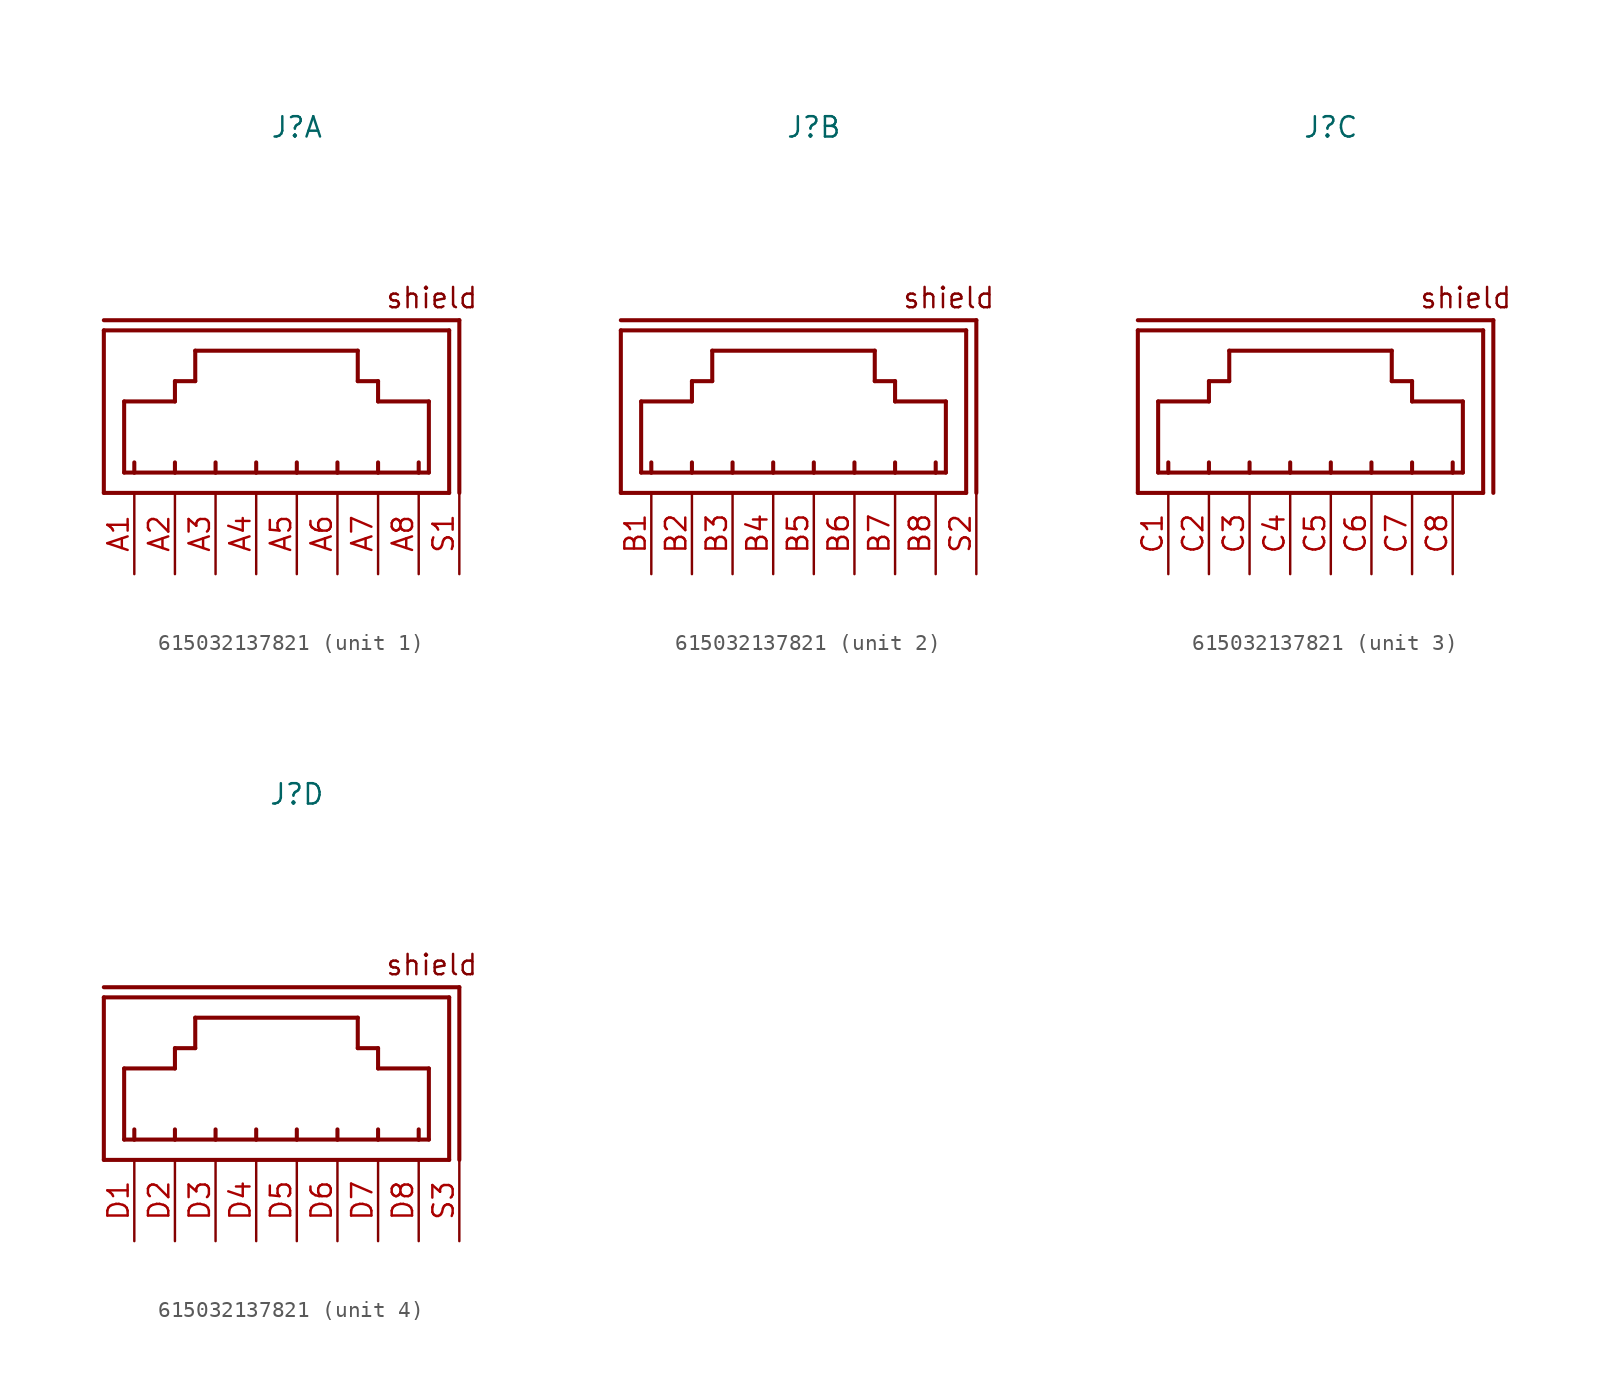
<source format=kicad_sym>
(kicad_symbol_lib
  (version 20241209)
  (generator "kicad_symbol_editor")
  (generator_version "9.0")
  (symbol "615032137821"
    (pin_names
      (hide yes))
    (property "Reference" "J"
      (at 0 17.78 0)
      (effects (font (size 1.27 1.27))))
    (property "ki_locked" ""
      (at 0 0 0)
      (effects (font (size 1.27 1.27))))
    (symbol "615032137821_1_0"
      (polyline (pts (xy -12.065 5.715) (xy 10.16 5.715)) (stroke (width 0.254) (type solid)) (fill (type none)))
      (polyline (pts (xy -12.065 5.08) (xy 9.525 5.08)) (stroke (width 0.254) (type solid)) (fill (type none)))
      (polyline (pts (xy -12.065 -5.08) (xy -12.065 5.08)) (stroke (width 0.254) (type solid)) (fill (type none)))
      (polyline (pts (xy -10.795 0.635) (xy -7.62 0.635)) (stroke (width 0.254) (type solid)) (fill (type none)))
      (polyline (pts (xy -10.795 -3.81) (xy -10.795 0.635)) (stroke (width 0.254) (type solid)) (fill (type none)))
      (polyline (pts (xy -10.16 -3.81) (xy -10.795 -3.81)) (stroke (width 0.254) (type solid)) (fill (type none)))
      (polyline (pts (xy -10.16 -3.81) (xy -10.16 -3.175)) (stroke (width 0.254) (type solid)) (fill (type none)))
      (polyline (pts (xy -7.62 1.905) (xy -6.35 1.905)) (stroke (width 0.254) (type solid)) (fill (type none)))
      (polyline (pts (xy -7.62 0.635) (xy -7.62 1.905)) (stroke (width 0.254) (type solid)) (fill (type none)))
      (polyline (pts (xy -7.62 -3.81) (xy -10.16 -3.81)) (stroke (width 0.254) (type solid)) (fill (type none)))
      (polyline (pts (xy -7.62 -3.81) (xy -7.62 -3.175)) (stroke (width 0.254) (type solid)) (fill (type none)))
      (polyline (pts (xy -6.35 3.81) (xy 3.81 3.81)) (stroke (width 0.254) (type solid)) (fill (type none)))
      (polyline (pts (xy -6.35 1.905) (xy -6.35 3.81)) (stroke (width 0.254) (type solid)) (fill (type none)))
      (polyline (pts (xy -5.08 -3.81) (xy -7.62 -3.81)) (stroke (width 0.254) (type solid)) (fill (type none)))
      (polyline (pts (xy -5.08 -3.81) (xy -5.08 -3.175)) (stroke (width 0.254) (type solid)) (fill (type none)))
      (polyline (pts (xy -2.54 -3.81) (xy -5.08 -3.81)) (stroke (width 0.254) (type solid)) (fill (type none)))
      (polyline (pts (xy -2.54 -3.81) (xy -2.54 -3.175)) (stroke (width 0.254) (type solid)) (fill (type none)))
      (polyline (pts (xy 0 -3.81) (xy -2.54 -3.81)) (stroke (width 0.254) (type solid)) (fill (type none)))
      (polyline (pts (xy 0 -3.81) (xy 0 -3.175)) (stroke (width 0.254) (type solid)) (fill (type none)))
      (polyline (pts (xy 2.54 -3.81) (xy 0 -3.81)) (stroke (width 0.254) (type solid)) (fill (type none)))
      (polyline (pts (xy 2.54 -3.81) (xy 2.54 -3.175)) (stroke (width 0.254) (type solid)) (fill (type none)))
      (polyline (pts (xy 3.81 1.905) (xy 3.81 3.81)) (stroke (width 0.254) (type solid)) (fill (type none)))
      (polyline (pts (xy 5.08 1.905) (xy 3.81 1.905)) (stroke (width 0.254) (type solid)) (fill (type none)))
      (polyline (pts (xy 5.08 0.635) (xy 5.08 1.905)) (stroke (width 0.254) (type solid)) (fill (type none)))
      (polyline (pts (xy 5.08 -3.81) (xy 2.54 -3.81)) (stroke (width 0.254) (type solid)) (fill (type none)))
      (polyline (pts (xy 5.08 -3.81) (xy 5.08 -3.175)) (stroke (width 0.254) (type solid)) (fill (type none)))
      (polyline (pts (xy 7.62 -3.81) (xy 5.08 -3.81)) (stroke (width 0.254) (type solid)) (fill (type none)))
      (polyline (pts (xy 7.62 -3.81) (xy 7.62 -3.175)) (stroke (width 0.254) (type solid)) (fill (type none)))
      (polyline (pts (xy 8.255 0.635) (xy 5.08 0.635)) (stroke (width 0.254) (type solid)) (fill (type none)))
      (polyline (pts (xy 8.255 0.635) (xy 8.255 -3.81)) (stroke (width 0.254) (type solid)) (fill (type none)))
      (polyline (pts (xy 8.255 -3.81) (xy 7.62 -3.81)) (stroke (width 0.254) (type solid)) (fill (type none)))
      (polyline (pts (xy 9.525 5.08) (xy 9.525 -5.08)) (stroke (width 0.254) (type solid)) (fill (type none)))
      (polyline (pts (xy 9.525 -5.08) (xy -12.065 -5.08)) (stroke (width 0.254) (type solid)) (fill (type none)))
      (polyline (pts (xy 10.16 5.715) (xy 10.16 -5.08)) (stroke (width 0.254) (type solid)) (fill (type none)))
      (pin passive line (at -10.16 -10.16 90) (length 5.08) (name "1" (effects (font (size 1.27 1.27)))) (number "A1" (effects (font (size 1.27 1.27)))))
      (pin passive line (at -7.62 -10.16 90) (length 5.08) (name "2" (effects (font (size 1.27 1.27)))) (number "A2" (effects (font (size 1.27 1.27)))))
      (pin passive line (at -5.08 -10.16 90) (length 5.08) (name "3" (effects (font (size 1.27 1.27)))) (number "A3" (effects (font (size 1.27 1.27)))))
      (pin passive line (at -2.54 -10.16 90) (length 5.08) (name "4" (effects (font (size 1.27 1.27)))) (number "A4" (effects (font (size 1.27 1.27)))))
      (pin passive line (at 0 -10.16 90) (length 5.08) (name "5" (effects (font (size 1.27 1.27)))) (number "A5" (effects (font (size 1.27 1.27)))))
      (pin passive line (at 2.54 -10.16 90) (length 5.08) (name "6" (effects (font (size 1.27 1.27)))) (number "A6" (effects (font (size 1.27 1.27)))))
      (pin passive line (at 5.08 -10.16 90) (length 5.08) (name "7" (effects (font (size 1.27 1.27)))) (number "A7" (effects (font (size 1.27 1.27)))))
      (pin passive line (at 7.62 -10.16 90) (length 5.08) (name "8" (effects (font (size 1.27 1.27)))) (number "A8" (effects (font (size 1.27 1.27)))))
      (pin passive line (at 10.16 -10.16 90) (length 5.08) (name "SHIELD" (effects (font (size 1.27 1.27)))) (number "S1" (effects (font (size 1.27 1.27))))))
    (symbol "615032137821_1_1"
      (text "shield" (at 5.495 6.365 0) (effects (font (size 1.27 1.27)) (justify left bottom))))
    (symbol "615032137821_2_0"
      (polyline (pts (xy -12.065 5.715) (xy 10.16 5.715)) (stroke (width 0.254) (type solid)) (fill (type none)))
      (polyline (pts (xy -12.065 5.08) (xy 9.525 5.08)) (stroke (width 0.254) (type solid)) (fill (type none)))
      (polyline (pts (xy -12.065 -5.08) (xy -12.065 5.08)) (stroke (width 0.254) (type solid)) (fill (type none)))
      (polyline (pts (xy -10.795 0.635) (xy -7.62 0.635)) (stroke (width 0.254) (type solid)) (fill (type none)))
      (polyline (pts (xy -10.795 -3.81) (xy -10.795 0.635)) (stroke (width 0.254) (type solid)) (fill (type none)))
      (polyline (pts (xy -10.16 -3.81) (xy -10.795 -3.81)) (stroke (width 0.254) (type solid)) (fill (type none)))
      (polyline (pts (xy -10.16 -3.81) (xy -10.16 -3.175)) (stroke (width 0.254) (type solid)) (fill (type none)))
      (polyline (pts (xy -7.62 1.905) (xy -6.35 1.905)) (stroke (width 0.254) (type solid)) (fill (type none)))
      (polyline (pts (xy -7.62 0.635) (xy -7.62 1.905)) (stroke (width 0.254) (type solid)) (fill (type none)))
      (polyline (pts (xy -7.62 -3.81) (xy -10.16 -3.81)) (stroke (width 0.254) (type solid)) (fill (type none)))
      (polyline (pts (xy -7.62 -3.81) (xy -7.62 -3.175)) (stroke (width 0.254) (type solid)) (fill (type none)))
      (polyline (pts (xy -6.35 3.81) (xy 3.81 3.81)) (stroke (width 0.254) (type solid)) (fill (type none)))
      (polyline (pts (xy -6.35 1.905) (xy -6.35 3.81)) (stroke (width 0.254) (type solid)) (fill (type none)))
      (polyline (pts (xy -5.08 -3.81) (xy -7.62 -3.81)) (stroke (width 0.254) (type solid)) (fill (type none)))
      (polyline (pts (xy -5.08 -3.81) (xy -5.08 -3.175)) (stroke (width 0.254) (type solid)) (fill (type none)))
      (polyline (pts (xy -2.54 -3.81) (xy -5.08 -3.81)) (stroke (width 0.254) (type solid)) (fill (type none)))
      (polyline (pts (xy -2.54 -3.81) (xy -2.54 -3.175)) (stroke (width 0.254) (type solid)) (fill (type none)))
      (polyline (pts (xy 0 -3.81) (xy -2.54 -3.81)) (stroke (width 0.254) (type solid)) (fill (type none)))
      (polyline (pts (xy 0 -3.81) (xy 0 -3.175)) (stroke (width 0.254) (type solid)) (fill (type none)))
      (polyline (pts (xy 2.54 -3.81) (xy 0 -3.81)) (stroke (width 0.254) (type solid)) (fill (type none)))
      (polyline (pts (xy 2.54 -3.81) (xy 2.54 -3.175)) (stroke (width 0.254) (type solid)) (fill (type none)))
      (polyline (pts (xy 3.81 1.905) (xy 3.81 3.81)) (stroke (width 0.254) (type solid)) (fill (type none)))
      (polyline (pts (xy 5.08 1.905) (xy 3.81 1.905)) (stroke (width 0.254) (type solid)) (fill (type none)))
      (polyline (pts (xy 5.08 0.635) (xy 5.08 1.905)) (stroke (width 0.254) (type solid)) (fill (type none)))
      (polyline (pts (xy 5.08 -3.81) (xy 2.54 -3.81)) (stroke (width 0.254) (type solid)) (fill (type none)))
      (polyline (pts (xy 5.08 -3.81) (xy 5.08 -3.175)) (stroke (width 0.254) (type solid)) (fill (type none)))
      (polyline (pts (xy 7.62 -3.81) (xy 5.08 -3.81)) (stroke (width 0.254) (type solid)) (fill (type none)))
      (polyline (pts (xy 7.62 -3.81) (xy 7.62 -3.175)) (stroke (width 0.254) (type solid)) (fill (type none)))
      (polyline (pts (xy 8.255 0.635) (xy 5.08 0.635)) (stroke (width 0.254) (type solid)) (fill (type none)))
      (polyline (pts (xy 8.255 0.635) (xy 8.255 -3.81)) (stroke (width 0.254) (type solid)) (fill (type none)))
      (polyline (pts (xy 8.255 -3.81) (xy 7.62 -3.81)) (stroke (width 0.254) (type solid)) (fill (type none)))
      (polyline (pts (xy 9.525 5.08) (xy 9.525 -5.08)) (stroke (width 0.254) (type solid)) (fill (type none)))
      (polyline (pts (xy 9.525 -5.08) (xy -12.065 -5.08)) (stroke (width 0.254) (type solid)) (fill (type none)))
      (polyline (pts (xy 10.16 5.715) (xy 10.16 -5.08)) (stroke (width 0.254) (type solid)) (fill (type none)))
      (pin passive line (at -10.16 -10.16 90) (length 5.08) (name "1" (effects (font (size 1.27 1.27)))) (number "B1" (effects (font (size 1.27 1.27)))))
      (pin passive line (at -7.62 -10.16 90) (length 5.08) (name "2" (effects (font (size 1.27 1.27)))) (number "B2" (effects (font (size 1.27 1.27)))))
      (pin passive line (at -5.08 -10.16 90) (length 5.08) (name "3" (effects (font (size 1.27 1.27)))) (number "B3" (effects (font (size 1.27 1.27)))))
      (pin passive line (at -2.54 -10.16 90) (length 5.08) (name "4" (effects (font (size 1.27 1.27)))) (number "B4" (effects (font (size 1.27 1.27)))))
      (pin passive line (at 0 -10.16 90) (length 5.08) (name "5" (effects (font (size 1.27 1.27)))) (number "B5" (effects (font (size 1.27 1.27)))))
      (pin passive line (at 2.54 -10.16 90) (length 5.08) (name "6" (effects (font (size 1.27 1.27)))) (number "B6" (effects (font (size 1.27 1.27)))))
      (pin passive line (at 5.08 -10.16 90) (length 5.08) (name "7" (effects (font (size 1.27 1.27)))) (number "B7" (effects (font (size 1.27 1.27)))))
      (pin passive line (at 7.62 -10.16 90) (length 5.08) (name "8" (effects (font (size 1.27 1.27)))) (number "B8" (effects (font (size 1.27 1.27)))))
      (pin passive line (at 10.16 -10.16 90) (length 5.08) (name "SHIELD" (effects (font (size 1.27 1.27)))) (number "S2" (effects (font (size 1.27 1.27))))))
    (symbol "615032137821_2_1"
      (text "shield" (at 5.495 6.365 0) (effects (font (size 1.27 1.27)) (justify left bottom))))
    (symbol "615032137821_3_0"
      (polyline (pts (xy -12.065 5.715) (xy 10.16 5.715)) (stroke (width 0.254) (type solid)) (fill (type none)))
      (polyline (pts (xy -12.065 5.08) (xy 9.525 5.08)) (stroke (width 0.254) (type solid)) (fill (type none)))
      (polyline (pts (xy -12.065 -5.08) (xy -12.065 5.08)) (stroke (width 0.254) (type solid)) (fill (type none)))
      (polyline (pts (xy -10.795 0.635) (xy -7.62 0.635)) (stroke (width 0.254) (type solid)) (fill (type none)))
      (polyline (pts (xy -10.795 -3.81) (xy -10.795 0.635)) (stroke (width 0.254) (type solid)) (fill (type none)))
      (polyline (pts (xy -10.16 -3.81) (xy -10.795 -3.81)) (stroke (width 0.254) (type solid)) (fill (type none)))
      (polyline (pts (xy -10.16 -3.81) (xy -10.16 -3.175)) (stroke (width 0.254) (type solid)) (fill (type none)))
      (polyline (pts (xy -7.62 1.905) (xy -6.35 1.905)) (stroke (width 0.254) (type solid)) (fill (type none)))
      (polyline (pts (xy -7.62 0.635) (xy -7.62 1.905)) (stroke (width 0.254) (type solid)) (fill (type none)))
      (polyline (pts (xy -7.62 -3.81) (xy -10.16 -3.81)) (stroke (width 0.254) (type solid)) (fill (type none)))
      (polyline (pts (xy -7.62 -3.81) (xy -7.62 -3.175)) (stroke (width 0.254) (type solid)) (fill (type none)))
      (polyline (pts (xy -6.35 3.81) (xy 3.81 3.81)) (stroke (width 0.254) (type solid)) (fill (type none)))
      (polyline (pts (xy -6.35 1.905) (xy -6.35 3.81)) (stroke (width 0.254) (type solid)) (fill (type none)))
      (polyline (pts (xy -5.08 -3.81) (xy -7.62 -3.81)) (stroke (width 0.254) (type solid)) (fill (type none)))
      (polyline (pts (xy -5.08 -3.81) (xy -5.08 -3.175)) (stroke (width 0.254) (type solid)) (fill (type none)))
      (polyline (pts (xy -2.54 -3.81) (xy -5.08 -3.81)) (stroke (width 0.254) (type solid)) (fill (type none)))
      (polyline (pts (xy -2.54 -3.81) (xy -2.54 -3.175)) (stroke (width 0.254) (type solid)) (fill (type none)))
      (polyline (pts (xy 0 -3.81) (xy -2.54 -3.81)) (stroke (width 0.254) (type solid)) (fill (type none)))
      (polyline (pts (xy 0 -3.81) (xy 0 -3.175)) (stroke (width 0.254) (type solid)) (fill (type none)))
      (polyline (pts (xy 2.54 -3.81) (xy 0 -3.81)) (stroke (width 0.254) (type solid)) (fill (type none)))
      (polyline (pts (xy 2.54 -3.81) (xy 2.54 -3.175)) (stroke (width 0.254) (type solid)) (fill (type none)))
      (polyline (pts (xy 3.81 1.905) (xy 3.81 3.81)) (stroke (width 0.254) (type solid)) (fill (type none)))
      (polyline (pts (xy 5.08 1.905) (xy 3.81 1.905)) (stroke (width 0.254) (type solid)) (fill (type none)))
      (polyline (pts (xy 5.08 0.635) (xy 5.08 1.905)) (stroke (width 0.254) (type solid)) (fill (type none)))
      (polyline (pts (xy 5.08 -3.81) (xy 2.54 -3.81)) (stroke (width 0.254) (type solid)) (fill (type none)))
      (polyline (pts (xy 5.08 -3.81) (xy 5.08 -3.175)) (stroke (width 0.254) (type solid)) (fill (type none)))
      (polyline (pts (xy 7.62 -3.81) (xy 5.08 -3.81)) (stroke (width 0.254) (type solid)) (fill (type none)))
      (polyline (pts (xy 7.62 -3.81) (xy 7.62 -3.175)) (stroke (width 0.254) (type solid)) (fill (type none)))
      (polyline (pts (xy 8.255 0.635) (xy 5.08 0.635)) (stroke (width 0.254) (type solid)) (fill (type none)))
      (polyline (pts (xy 8.255 0.635) (xy 8.255 -3.81)) (stroke (width 0.254) (type solid)) (fill (type none)))
      (polyline (pts (xy 8.255 -3.81) (xy 7.62 -3.81)) (stroke (width 0.254) (type solid)) (fill (type none)))
      (polyline (pts (xy 9.525 5.08) (xy 9.525 -5.08)) (stroke (width 0.254) (type solid)) (fill (type none)))
      (polyline (pts (xy 9.525 -5.08) (xy -12.065 -5.08)) (stroke (width 0.254) (type solid)) (fill (type none)))
      (polyline (pts (xy 10.16 5.715) (xy 10.16 -5.08)) (stroke (width 0.254) (type solid)) (fill (type none)))
      (pin passive line (at -10.16 -10.16 90) (length 5.08) (name "1" (effects (font (size 1.27 1.27)))) (number "C1" (effects (font (size 1.27 1.27)))))
      (pin passive line (at -7.62 -10.16 90) (length 5.08) (name "2" (effects (font (size 1.27 1.27)))) (number "C2" (effects (font (size 1.27 1.27)))))
      (pin passive line (at -5.08 -10.16 90) (length 5.08) (name "3" (effects (font (size 1.27 1.27)))) (number "C3" (effects (font (size 1.27 1.27)))))
      (pin passive line (at -2.54 -10.16 90) (length 5.08) (name "4" (effects (font (size 1.27 1.27)))) (number "C4" (effects (font (size 1.27 1.27)))))
      (pin passive line (at 0 -10.16 90) (length 5.08) (name "5" (effects (font (size 1.27 1.27)))) (number "C5" (effects (font (size 1.27 1.27)))))
      (pin passive line (at 2.54 -10.16 90) (length 5.08) (name "6" (effects (font (size 1.27 1.27)))) (number "C6" (effects (font (size 1.27 1.27)))))
      (pin passive line (at 5.08 -10.16 90) (length 5.08) (name "7" (effects (font (size 1.27 1.27)))) (number "C7" (effects (font (size 1.27 1.27)))))
      (pin passive line (at 7.62 -10.16 90) (length 5.08) (name "8" (effects (font (size 1.27 1.27)))) (number "C8" (effects (font (size 1.27 1.27))))))
    (symbol "615032137821_3_1"
      (text "shield" (at 5.495 6.365 0) (effects (font (size 1.27 1.27)) (justify left bottom))))
    (symbol "615032137821_4_0"
      (polyline (pts (xy -12.065 5.715) (xy 10.16 5.715)) (stroke (width 0.254) (type solid)) (fill (type none)))
      (polyline (pts (xy -12.065 5.08) (xy 9.525 5.08)) (stroke (width 0.254) (type solid)) (fill (type none)))
      (polyline (pts (xy -12.065 -5.08) (xy -12.065 5.08)) (stroke (width 0.254) (type solid)) (fill (type none)))
      (polyline (pts (xy -10.795 0.635) (xy -7.62 0.635)) (stroke (width 0.254) (type solid)) (fill (type none)))
      (polyline (pts (xy -10.795 -3.81) (xy -10.795 0.635)) (stroke (width 0.254) (type solid)) (fill (type none)))
      (polyline (pts (xy -10.16 -3.81) (xy -10.795 -3.81)) (stroke (width 0.254) (type solid)) (fill (type none)))
      (polyline (pts (xy -10.16 -3.81) (xy -10.16 -3.175)) (stroke (width 0.254) (type solid)) (fill (type none)))
      (polyline (pts (xy -7.62 1.905) (xy -6.35 1.905)) (stroke (width 0.254) (type solid)) (fill (type none)))
      (polyline (pts (xy -7.62 0.635) (xy -7.62 1.905)) (stroke (width 0.254) (type solid)) (fill (type none)))
      (polyline (pts (xy -7.62 -3.81) (xy -10.16 -3.81)) (stroke (width 0.254) (type solid)) (fill (type none)))
      (polyline (pts (xy -7.62 -3.81) (xy -7.62 -3.175)) (stroke (width 0.254) (type solid)) (fill (type none)))
      (polyline (pts (xy -6.35 3.81) (xy 3.81 3.81)) (stroke (width 0.254) (type solid)) (fill (type none)))
      (polyline (pts (xy -6.35 1.905) (xy -6.35 3.81)) (stroke (width 0.254) (type solid)) (fill (type none)))
      (polyline (pts (xy -5.08 -3.81) (xy -7.62 -3.81)) (stroke (width 0.254) (type solid)) (fill (type none)))
      (polyline (pts (xy -5.08 -3.81) (xy -5.08 -3.175)) (stroke (width 0.254) (type solid)) (fill (type none)))
      (polyline (pts (xy -2.54 -3.81) (xy -5.08 -3.81)) (stroke (width 0.254) (type solid)) (fill (type none)))
      (polyline (pts (xy -2.54 -3.81) (xy -2.54 -3.175)) (stroke (width 0.254) (type solid)) (fill (type none)))
      (polyline (pts (xy 0 -3.81) (xy -2.54 -3.81)) (stroke (width 0.254) (type solid)) (fill (type none)))
      (polyline (pts (xy 0 -3.81) (xy 0 -3.175)) (stroke (width 0.254) (type solid)) (fill (type none)))
      (polyline (pts (xy 2.54 -3.81) (xy 0 -3.81)) (stroke (width 0.254) (type solid)) (fill (type none)))
      (polyline (pts (xy 2.54 -3.81) (xy 2.54 -3.175)) (stroke (width 0.254) (type solid)) (fill (type none)))
      (polyline (pts (xy 3.81 1.905) (xy 3.81 3.81)) (stroke (width 0.254) (type solid)) (fill (type none)))
      (polyline (pts (xy 5.08 1.905) (xy 3.81 1.905)) (stroke (width 0.254) (type solid)) (fill (type none)))
      (polyline (pts (xy 5.08 0.635) (xy 5.08 1.905)) (stroke (width 0.254) (type solid)) (fill (type none)))
      (polyline (pts (xy 5.08 -3.81) (xy 2.54 -3.81)) (stroke (width 0.254) (type solid)) (fill (type none)))
      (polyline (pts (xy 5.08 -3.81) (xy 5.08 -3.175)) (stroke (width 0.254) (type solid)) (fill (type none)))
      (polyline (pts (xy 7.62 -3.81) (xy 5.08 -3.81)) (stroke (width 0.254) (type solid)) (fill (type none)))
      (polyline (pts (xy 7.62 -3.81) (xy 7.62 -3.175)) (stroke (width 0.254) (type solid)) (fill (type none)))
      (polyline (pts (xy 8.255 0.635) (xy 5.08 0.635)) (stroke (width 0.254) (type solid)) (fill (type none)))
      (polyline (pts (xy 8.255 0.635) (xy 8.255 -3.81)) (stroke (width 0.254) (type solid)) (fill (type none)))
      (polyline (pts (xy 8.255 -3.81) (xy 7.62 -3.81)) (stroke (width 0.254) (type solid)) (fill (type none)))
      (polyline (pts (xy 9.525 5.08) (xy 9.525 -5.08)) (stroke (width 0.254) (type solid)) (fill (type none)))
      (polyline (pts (xy 9.525 -5.08) (xy -12.065 -5.08)) (stroke (width 0.254) (type solid)) (fill (type none)))
      (polyline (pts (xy 10.16 5.715) (xy 10.16 -5.08)) (stroke (width 0.254) (type solid)) (fill (type none)))
      (pin passive line (at -10.16 -10.16 90) (length 5.08) (name "1" (effects (font (size 1.27 1.27)))) (number "D1" (effects (font (size 1.27 1.27)))))
      (pin passive line (at -7.62 -10.16 90) (length 5.08) (name "2" (effects (font (size 1.27 1.27)))) (number "D2" (effects (font (size 1.27 1.27)))))
      (pin passive line (at -5.08 -10.16 90) (length 5.08) (name "3" (effects (font (size 1.27 1.27)))) (number "D3" (effects (font (size 1.27 1.27)))))
      (pin passive line (at -2.54 -10.16 90) (length 5.08) (name "4" (effects (font (size 1.27 1.27)))) (number "D4" (effects (font (size 1.27 1.27)))))
      (pin passive line (at 0 -10.16 90) (length 5.08) (name "5" (effects (font (size 1.27 1.27)))) (number "D5" (effects (font (size 1.27 1.27)))))
      (pin passive line (at 2.54 -10.16 90) (length 5.08) (name "6" (effects (font (size 1.27 1.27)))) (number "D6" (effects (font (size 1.27 1.27)))))
      (pin passive line (at 5.08 -10.16 90) (length 5.08) (name "7" (effects (font (size 1.27 1.27)))) (number "D7" (effects (font (size 1.27 1.27)))))
      (pin passive line (at 7.62 -10.16 90) (length 5.08) (name "8" (effects (font (size 1.27 1.27)))) (number "D8" (effects (font (size 1.27 1.27)))))
      (pin passive line (at 10.16 -10.16 90) (length 5.08) (name "SHIELD" (effects (font (size 1.27 1.27)))) (number "S3" (effects (font (size 1.27 1.27))))))
    (symbol "615032137821_4_1"
      (text "shield" (at 5.495 6.365 0) (effects (font (size 1.27 1.27)) (justify left bottom))))))
</source>
